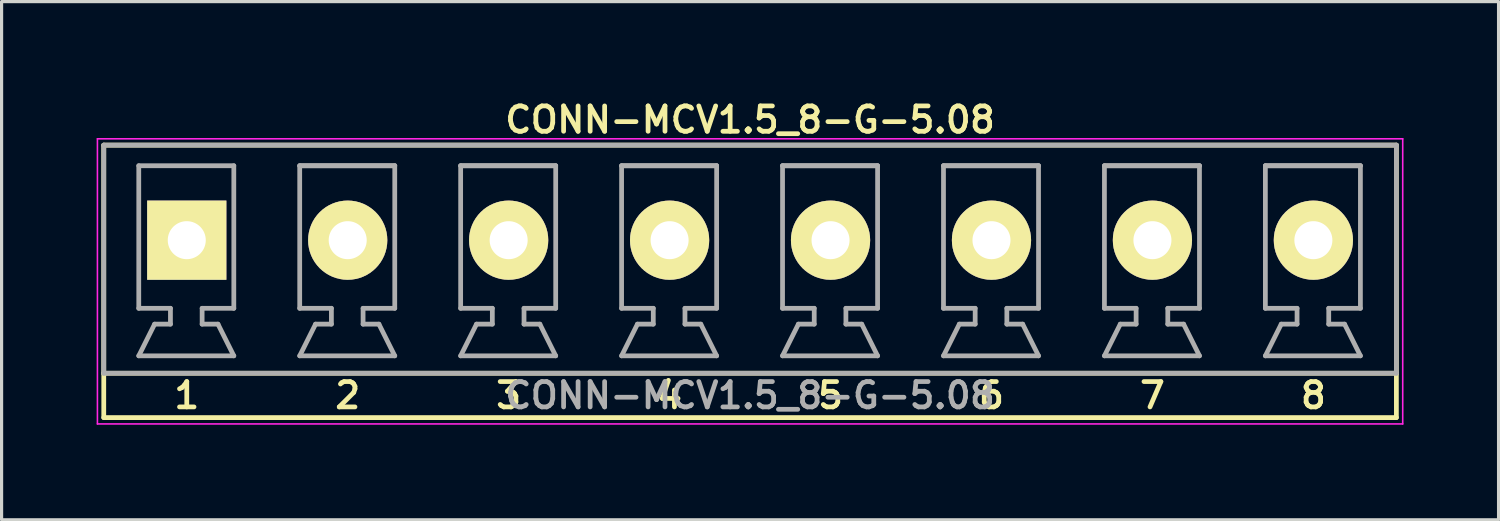
<source format=kicad_pcb>
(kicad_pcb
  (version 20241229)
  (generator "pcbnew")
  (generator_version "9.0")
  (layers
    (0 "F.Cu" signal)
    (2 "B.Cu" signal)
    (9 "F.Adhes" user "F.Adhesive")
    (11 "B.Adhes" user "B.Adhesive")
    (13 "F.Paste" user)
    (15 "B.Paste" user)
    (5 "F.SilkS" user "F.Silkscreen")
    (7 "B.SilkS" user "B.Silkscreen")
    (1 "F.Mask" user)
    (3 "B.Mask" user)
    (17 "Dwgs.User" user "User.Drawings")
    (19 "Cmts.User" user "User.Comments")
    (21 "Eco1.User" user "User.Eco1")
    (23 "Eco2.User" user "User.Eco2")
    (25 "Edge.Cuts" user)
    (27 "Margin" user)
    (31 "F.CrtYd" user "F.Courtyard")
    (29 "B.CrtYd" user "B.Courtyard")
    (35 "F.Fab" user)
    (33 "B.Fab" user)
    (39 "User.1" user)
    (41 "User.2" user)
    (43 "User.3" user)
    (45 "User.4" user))
  (footprint "CONN-MCV1.5_8-G-5.08"
    (layer "F.Cu")
    (at 20.625 4.531)
    (property "Reference" "CONN-MCV1.5_8-G-5.08" (at 0 -3.8 0) (layer "F.SilkS") (effects (font (size 0.8 0.8) (thickness 0.15))))
    (attr through_hole)
    (fp_line (start -20.4 -3) (end -20.4 4.2) (stroke (width 0.15) (type solid)) (layer "F.SilkS"))
    (fp_line (start -20.4 -3) (end 20.4 -3) (stroke (width 0.15) (type solid)) (layer "F.SilkS"))
    (fp_line (start -20.4 4.2) (end -20.4 5.6) (stroke (width 0.15) (type solid)) (layer "F.SilkS"))
    (fp_line (start -20.4 5.6) (end 20.4 5.6) (stroke (width 0.15) (type solid)) (layer "F.SilkS"))
    (fp_line (start 20.4 -3) (end 20.4 4.2) (stroke (width 0.15) (type solid)) (layer "F.SilkS"))
    (fp_line (start 20.4 4.2) (end -20.4 4.2) (stroke (width 0.15) (type solid)) (layer "F.SilkS"))
    (fp_line (start 20.4 5.6) (end 20.4 4.2) (stroke (width 0.15) (type solid)) (layer "F.SilkS"))
    (fp_line (start -20.6 -3.2) (end 20.6 -3.2) (stroke (width 0.05) (type solid)) (layer "F.CrtYd"))
    (fp_line (start -20.6 5.8) (end -20.6 -3.2) (stroke (width 0.05) (type solid)) (layer "F.CrtYd"))
    (fp_line (start 20.6 -3.2) (end 20.6 5.8) (stroke (width 0.05) (type solid)) (layer "F.CrtYd"))
    (fp_line (start 20.6 5.8) (end -20.6 5.8) (stroke (width 0.05) (type solid)) (layer "F.CrtYd"))
    (fp_line (start -20.4 -3) (end 20.4 -3) (stroke (width 0.15) (type solid)) (layer "F.Fab"))
    (fp_line (start -20.4 4.2) (end -20.4 -3) (stroke (width 0.15) (type solid)) (layer "F.Fab"))
    (fp_line (start -19.295 -2.35) (end -19.295 2.15) (stroke (width 0.15) (type solid)) (layer "F.Fab"))
    (fp_line (start -19.295 -2.35) (end -16.295 -2.35) (stroke (width 0.15) (type solid)) (layer "F.Fab"))
    (fp_line (start -19.295 3.65) (end -16.295 3.65) (stroke (width 0.15) (type solid)) (layer "F.Fab"))
    (fp_line (start -18.795 2.65) (end -19.295 3.65) (stroke (width 0.15) (type solid)) (layer "F.Fab"))
    (fp_line (start -18.295 2.15) (end -19.295 2.15) (stroke (width 0.15) (type solid)) (layer "F.Fab"))
    (fp_line (start -18.295 2.15) (end -18.295 2.65) (stroke (width 0.15) (type solid)) (layer "F.Fab"))
    (fp_line (start -18.295 2.65) (end -18.795 2.65) (stroke (width 0.15) (type solid)) (layer "F.Fab"))
    (fp_line (start -17.295 2.15) (end -17.295 2.65) (stroke (width 0.15) (type solid)) (layer "F.Fab"))
    (fp_line (start -17.295 2.65) (end -16.795 2.65) (stroke (width 0.15) (type solid)) (layer "F.Fab"))
    (fp_line (start -16.295 -2.35) (end -16.295 2.15) (stroke (width 0.15) (type solid)) (layer "F.Fab"))
    (fp_line (start -16.295 2.15) (end -17.295 2.15) (stroke (width 0.15) (type solid)) (layer "F.Fab"))
    (fp_line (start -16.295 3.65) (end -16.795 2.65) (stroke (width 0.15) (type solid)) (layer "F.Fab"))
    (fp_line (start -14.215 -2.35) (end -14.215 2.15) (stroke (width 0.15) (type solid)) (layer "F.Fab"))
    (fp_line (start -14.215 -2.35) (end -11.215 -2.35) (stroke (width 0.15) (type solid)) (layer "F.Fab"))
    (fp_line (start -14.215 -2.35) (end -11.215 -2.35) (stroke (width 0.15) (type solid)) (layer "F.Fab"))
    (fp_line (start -14.215 3.65) (end -11.215 3.65) (stroke (width 0.15) (type solid)) (layer "F.Fab"))
    (fp_line (start -13.715 2.65) (end -14.215 3.65) (stroke (width 0.15) (type solid)) (layer "F.Fab"))
    (fp_line (start -13.215 2.15) (end -14.215 2.15) (stroke (width 0.15) (type solid)) (layer "F.Fab"))
    (fp_line (start -13.215 2.15) (end -13.215 2.65) (stroke (width 0.15) (type solid)) (layer "F.Fab"))
    (fp_line (start -13.215 2.65) (end -13.715 2.65) (stroke (width 0.15) (type solid)) (layer "F.Fab"))
    (fp_line (start -12.215 2.15) (end -12.215 2.65) (stroke (width 0.15) (type solid)) (layer "F.Fab"))
    (fp_line (start -12.215 2.65) (end -11.715 2.65) (stroke (width 0.15) (type solid)) (layer "F.Fab"))
    (fp_line (start -11.215 -2.35) (end -11.215 2.15) (stroke (width 0.15) (type solid)) (layer "F.Fab"))
    (fp_line (start -11.215 2.15) (end -12.215 2.15) (stroke (width 0.15) (type solid)) (layer "F.Fab"))
    (fp_line (start -11.215 3.65) (end -11.715 2.65) (stroke (width 0.15) (type solid)) (layer "F.Fab"))
    (fp_line (start -9.135 -2.35) (end -9.135 2.15) (stroke (width 0.15) (type solid)) (layer "F.Fab"))
    (fp_line (start -9.135 -2.35) (end -6.135 -2.35) (stroke (width 0.15) (type solid)) (layer "F.Fab"))
    (fp_line (start -9.135 -2.35) (end -6.135 -2.35) (stroke (width 0.15) (type solid)) (layer "F.Fab"))
    (fp_line (start -9.135 3.65) (end -6.135 3.65) (stroke (width 0.15) (type solid)) (layer "F.Fab"))
    (fp_line (start -8.635 2.65) (end -9.135 3.65) (stroke (width 0.15) (type solid)) (layer "F.Fab"))
    (fp_line (start -8.135 2.15) (end -9.135 2.15) (stroke (width 0.15) (type solid)) (layer "F.Fab"))
    (fp_line (start -8.135 2.15) (end -8.135 2.65) (stroke (width 0.15) (type solid)) (layer "F.Fab"))
    (fp_line (start -8.135 2.65) (end -8.635 2.65) (stroke (width 0.15) (type solid)) (layer "F.Fab"))
    (fp_line (start -7.135 2.15) (end -7.135 2.65) (stroke (width 0.15) (type solid)) (layer "F.Fab"))
    (fp_line (start -7.135 2.65) (end -6.635 2.65) (stroke (width 0.15) (type solid)) (layer "F.Fab"))
    (fp_line (start -6.135 -2.35) (end -6.135 2.15) (stroke (width 0.15) (type solid)) (layer "F.Fab"))
    (fp_line (start -6.135 2.15) (end -7.135 2.15) (stroke (width 0.15) (type solid)) (layer "F.Fab"))
    (fp_line (start -6.135 3.65) (end -6.635 2.65) (stroke (width 0.15) (type solid)) (layer "F.Fab"))
    (fp_line (start -4.055 -2.35) (end -4.055 2.15) (stroke (width 0.15) (type solid)) (layer "F.Fab"))
    (fp_line (start -4.055 -2.35) (end -1.055 -2.35) (stroke (width 0.15) (type solid)) (layer "F.Fab"))
    (fp_line (start -4.055 -2.35) (end -1.055 -2.35) (stroke (width 0.15) (type solid)) (layer "F.Fab"))
    (fp_line (start -4.055 3.65) (end -1.055 3.65) (stroke (width 0.15) (type solid)) (layer "F.Fab"))
    (fp_line (start -3.555 2.65) (end -4.055 3.65) (stroke (width 0.15) (type solid)) (layer "F.Fab"))
    (fp_line (start -3.055 2.15) (end -4.055 2.15) (stroke (width 0.15) (type solid)) (layer "F.Fab"))
    (fp_line (start -3.055 2.15) (end -3.055 2.65) (stroke (width 0.15) (type solid)) (layer "F.Fab"))
    (fp_line (start -3.055 2.65) (end -3.555 2.65) (stroke (width 0.15) (type solid)) (layer "F.Fab"))
    (fp_line (start -2.055 2.15) (end -2.055 2.65) (stroke (width 0.15) (type solid)) (layer "F.Fab"))
    (fp_line (start -2.055 2.65) (end -1.555 2.65) (stroke (width 0.15) (type solid)) (layer "F.Fab"))
    (fp_line (start -1.055 -2.35) (end -1.055 2.15) (stroke (width 0.15) (type solid)) (layer "F.Fab"))
    (fp_line (start -1.055 2.15) (end -2.055 2.15) (stroke (width 0.15) (type solid)) (layer "F.Fab"))
    (fp_line (start -1.055 3.65) (end -1.555 2.65) (stroke (width 0.15) (type solid)) (layer "F.Fab"))
    (fp_line (start 1.025 -2.35) (end 1.025 2.15) (stroke (width 0.15) (type solid)) (layer "F.Fab"))
    (fp_line (start 1.025 -2.35) (end 4.025 -2.35) (stroke (width 0.15) (type solid)) (layer "F.Fab"))
    (fp_line (start 1.025 -2.35) (end 4.025 -2.35) (stroke (width 0.15) (type solid)) (layer "F.Fab"))
    (fp_line (start 1.025 3.65) (end 4.025 3.65) (stroke (width 0.15) (type solid)) (layer "F.Fab"))
    (fp_line (start 1.525 2.65) (end 1.025 3.65) (stroke (width 0.15) (type solid)) (layer "F.Fab"))
    (fp_line (start 2.025 2.15) (end 1.025 2.15) (stroke (width 0.15) (type solid)) (layer "F.Fab"))
    (fp_line (start 2.025 2.15) (end 2.025 2.65) (stroke (width 0.15) (type solid)) (layer "F.Fab"))
    (fp_line (start 2.025 2.65) (end 1.525 2.65) (stroke (width 0.15) (type solid)) (layer "F.Fab"))
    (fp_line (start 3.025 2.15) (end 3.025 2.65) (stroke (width 0.15) (type solid)) (layer "F.Fab"))
    (fp_line (start 3.025 2.65) (end 3.525 2.65) (stroke (width 0.15) (type solid)) (layer "F.Fab"))
    (fp_line (start 4.025 -2.35) (end 4.025 2.15) (stroke (width 0.15) (type solid)) (layer "F.Fab"))
    (fp_line (start 4.025 2.15) (end 3.025 2.15) (stroke (width 0.15) (type solid)) (layer "F.Fab"))
    (fp_line (start 4.025 3.65) (end 3.525 2.65) (stroke (width 0.15) (type solid)) (layer "F.Fab"))
    (fp_line (start 6.105 -2.35) (end 6.105 2.15) (stroke (width 0.15) (type solid)) (layer "F.Fab"))
    (fp_line (start 6.105 -2.35) (end 9.105 -2.35) (stroke (width 0.15) (type solid)) (layer "F.Fab"))
    (fp_line (start 6.105 -2.35) (end 9.105 -2.35) (stroke (width 0.15) (type solid)) (layer "F.Fab"))
    (fp_line (start 6.105 3.65) (end 9.105 3.65) (stroke (width 0.15) (type solid)) (layer "F.Fab"))
    (fp_line (start 6.605 2.65) (end 6.105 3.65) (stroke (width 0.15) (type solid)) (layer "F.Fab"))
    (fp_line (start 7.105 2.15) (end 6.105 2.15) (stroke (width 0.15) (type solid)) (layer "F.Fab"))
    (fp_line (start 7.105 2.15) (end 7.105 2.65) (stroke (width 0.15) (type solid)) (layer "F.Fab"))
    (fp_line (start 7.105 2.65) (end 6.605 2.65) (stroke (width 0.15) (type solid)) (layer "F.Fab"))
    (fp_line (start 8.105 2.15) (end 8.105 2.65) (stroke (width 0.15) (type solid)) (layer "F.Fab"))
    (fp_line (start 8.105 2.65) (end 8.605 2.65) (stroke (width 0.15) (type solid)) (layer "F.Fab"))
    (fp_line (start 9.105 -2.35) (end 9.105 2.15) (stroke (width 0.15) (type solid)) (layer "F.Fab"))
    (fp_line (start 9.105 2.15) (end 8.105 2.15) (stroke (width 0.15) (type solid)) (layer "F.Fab"))
    (fp_line (start 9.105 3.65) (end 8.605 2.65) (stroke (width 0.15) (type solid)) (layer "F.Fab"))
    (fp_line (start 11.185 -2.35) (end 11.185 2.15) (stroke (width 0.15) (type solid)) (layer "F.Fab"))
    (fp_line (start 11.185 -2.35) (end 14.185 -2.35) (stroke (width 0.15) (type solid)) (layer "F.Fab"))
    (fp_line (start 11.185 -2.35) (end 14.185 -2.35) (stroke (width 0.15) (type solid)) (layer "F.Fab"))
    (fp_line (start 11.185 3.65) (end 14.185 3.65) (stroke (width 0.15) (type solid)) (layer "F.Fab"))
    (fp_line (start 11.685 2.65) (end 11.185 3.65) (stroke (width 0.15) (type solid)) (layer "F.Fab"))
    (fp_line (start 12.185 2.15) (end 11.185 2.15) (stroke (width 0.15) (type solid)) (layer "F.Fab"))
    (fp_line (start 12.185 2.15) (end 12.185 2.65) (stroke (width 0.15) (type solid)) (layer "F.Fab"))
    (fp_line (start 12.185 2.65) (end 11.685 2.65) (stroke (width 0.15) (type solid)) (layer "F.Fab"))
    (fp_line (start 13.185 2.15) (end 13.185 2.65) (stroke (width 0.15) (type solid)) (layer "F.Fab"))
    (fp_line (start 13.185 2.65) (end 13.685 2.65) (stroke (width 0.15) (type solid)) (layer "F.Fab"))
    (fp_line (start 14.185 -2.35) (end 14.185 2.15) (stroke (width 0.15) (type solid)) (layer "F.Fab"))
    (fp_line (start 14.185 2.15) (end 13.185 2.15) (stroke (width 0.15) (type solid)) (layer "F.Fab"))
    (fp_line (start 14.185 3.65) (end 13.685 2.65) (stroke (width 0.15) (type solid)) (layer "F.Fab"))
    (fp_line (start 16.265 -2.35) (end 16.265 2.15) (stroke (width 0.15) (type solid)) (layer "F.Fab"))
    (fp_line (start 16.265 -2.35) (end 19.265 -2.35) (stroke (width 0.15) (type solid)) (layer "F.Fab"))
    (fp_line (start 16.265 -2.35) (end 19.265 -2.35) (stroke (width 0.15) (type solid)) (layer "F.Fab"))
    (fp_line (start 16.265 3.65) (end 19.265 3.65) (stroke (width 0.15) (type solid)) (layer "F.Fab"))
    (fp_line (start 16.765 2.65) (end 16.265 3.65) (stroke (width 0.15) (type solid)) (layer "F.Fab"))
    (fp_line (start 17.265 2.15) (end 16.265 2.15) (stroke (width 0.15) (type solid)) (layer "F.Fab"))
    (fp_line (start 17.265 2.15) (end 17.265 2.65) (stroke (width 0.15) (type solid)) (layer "F.Fab"))
    (fp_line (start 17.265 2.65) (end 16.765 2.65) (stroke (width 0.15) (type solid)) (layer "F.Fab"))
    (fp_line (start 18.265 2.15) (end 18.265 2.65) (stroke (width 0.15) (type solid)) (layer "F.Fab"))
    (fp_line (start 18.265 2.65) (end 18.765 2.65) (stroke (width 0.15) (type solid)) (layer "F.Fab"))
    (fp_line (start 19.265 -2.35) (end 19.265 2.15) (stroke (width 0.15) (type solid)) (layer "F.Fab"))
    (fp_line (start 19.265 2.15) (end 18.265 2.15) (stroke (width 0.15) (type solid)) (layer "F.Fab"))
    (fp_line (start 19.265 3.65) (end 18.765 2.65) (stroke (width 0.15) (type solid)) (layer "F.Fab"))
    (fp_line (start 20.4 -3) (end 20.4 4.2) (stroke (width 0.15) (type solid)) (layer "F.Fab"))
    (fp_line (start 20.4 4.2) (end -20.4 4.2) (stroke (width 0.15) (type solid)) (layer "F.Fab"))
    (fp_text user "2" (at -12.7 4.9 0) (layer "F.SilkS") (effects (font (size 0.8 0.8) (thickness 0.15))))
    (fp_text user "6" (at 7.62 4.9 0) (layer "F.SilkS") (effects (font (size 0.8 0.8) (thickness 0.15))))
    (fp_text user "8" (at 17.78 4.9 0) (layer "F.SilkS") (effects (font (size 0.8 0.8) (thickness 0.15))))
    (fp_text user "7" (at 12.7 4.9 0) (layer "F.SilkS") (effects (font (size 0.8 0.8) (thickness 0.15))))
    (fp_text user "1" (at -17.78 4.9 0) (layer "F.SilkS") (effects (font (size 0.8 0.8) (thickness 0.15))))
    (fp_text user "3" (at -7.62 4.9 0) (layer "F.SilkS") (effects (font (size 0.8 0.8) (thickness 0.15))))
    (fp_text user "5" (at 2.54 4.9 0) (layer "F.SilkS") (effects (font (size 0.8 0.8) (thickness 0.15))))
    (fp_text user "4" (at -2.54 4.9 0) (layer "F.SilkS") (effects (font (size 0.8 0.8) (thickness 0.15))))
    (fp_text user "${REFERENCE}" (at 0 4.9 0) (layer "F.Fab") (effects (font (size 0.8 0.8) (thickness 0.15))))
    (pad "1" thru_hole rect (at -17.78 0) (size 2.5 2.5) (drill 1.2) (layers "*.Cu" "*.Mask" "F.SilkS"))
    (pad "2" thru_hole circle (at -12.7 0) (size 2.5 2.5) (drill 1.2) (layers "*.Cu" "*.Mask" "F.SilkS"))
    (pad "3" thru_hole circle (at -7.62 0) (size 2.5 2.5) (drill 1.2) (layers "*.Cu" "*.Mask" "F.SilkS"))
    (pad "4" thru_hole circle (at -2.54 0) (size 2.5 2.5) (drill 1.2) (layers "*.Cu" "*.Mask" "F.SilkS"))
    (pad "5" thru_hole circle (at 2.54 0) (size 2.5 2.5) (drill 1.2) (layers "*.Cu" "*.Mask" "F.SilkS"))
    (pad "6" thru_hole circle (at 7.62 0) (size 2.5 2.5) (drill 1.2) (layers "*.Cu" "*.Mask" "F.SilkS"))
    (pad "7" thru_hole circle (at 12.7 0) (size 2.5 2.5) (drill 1.2) (layers "*.Cu" "*.Mask" "F.SilkS"))
    (pad "8" thru_hole oval (at 17.78 0) (size 2.5 2.5) (drill 1.2) (layers "*.Cu" "*.Mask" "F.SilkS")))
  (gr_rect
    (start -3 -3)
    (end 44.25 13.356)
    (stroke (width 0.1) (type default))
    (fill no)
    (layer "Edge.Cuts")))
</source>
